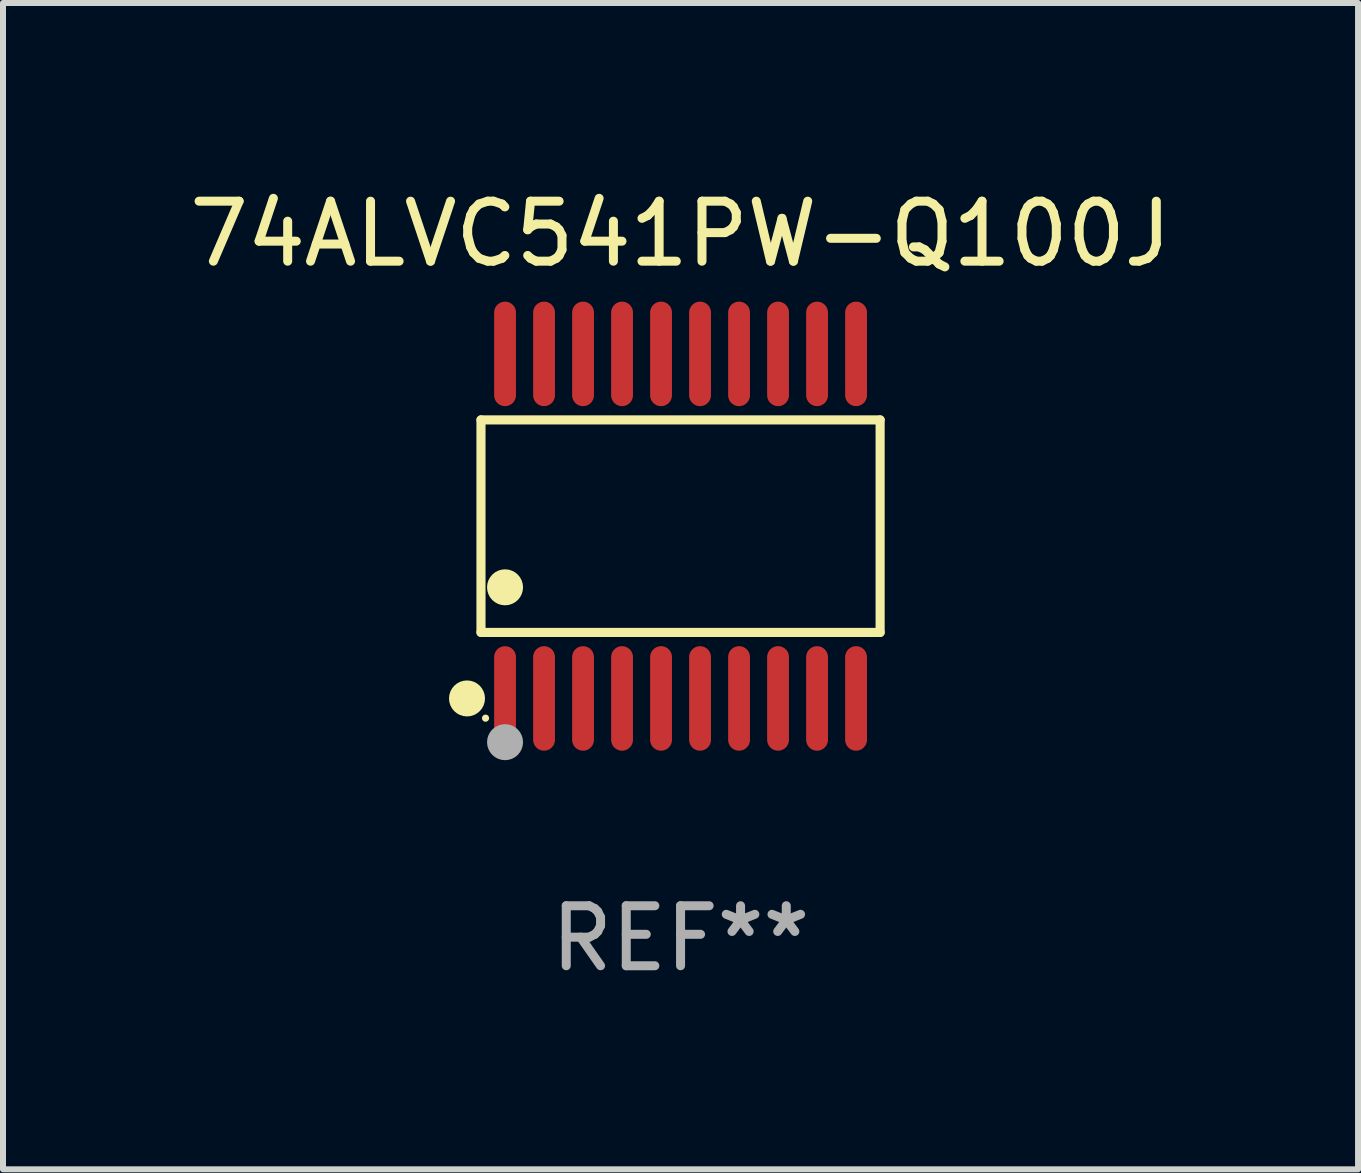
<source format=kicad_pcb>
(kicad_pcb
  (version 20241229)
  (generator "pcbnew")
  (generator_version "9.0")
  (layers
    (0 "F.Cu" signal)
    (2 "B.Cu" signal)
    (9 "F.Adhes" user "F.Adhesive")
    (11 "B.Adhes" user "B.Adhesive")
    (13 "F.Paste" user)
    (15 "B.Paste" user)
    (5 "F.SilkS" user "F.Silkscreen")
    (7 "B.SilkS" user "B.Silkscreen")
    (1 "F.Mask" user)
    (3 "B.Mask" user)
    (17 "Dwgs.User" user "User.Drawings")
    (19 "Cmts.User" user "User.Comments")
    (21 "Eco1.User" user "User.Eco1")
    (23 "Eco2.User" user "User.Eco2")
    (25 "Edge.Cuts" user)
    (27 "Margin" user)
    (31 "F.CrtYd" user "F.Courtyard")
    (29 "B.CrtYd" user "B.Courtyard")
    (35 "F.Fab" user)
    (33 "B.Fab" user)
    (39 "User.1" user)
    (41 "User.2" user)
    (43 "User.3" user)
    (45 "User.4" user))
  (footprint "74ALVC541PW-Q100J"
    (layer "F.Cu")
    (at 8.292 5.719)
    (property "Reference" "74ALVC541PW-Q100J" (at 0 -4.871 0) (layer "F.SilkS") (effects (font (size 1 1) (thickness 0.15))))
    (attr through_hole)
    (fp_line (start -3.326 -1.771) (end 3.326 -1.771) (stroke (width 0.152) (type solid)) (layer "F.SilkS"))
    (fp_line (start -3.326 1.771) (end -3.326 -1.771) (stroke (width 0.152) (type solid)) (layer "F.SilkS"))
    (fp_line (start 3.326 -1.771) (end 3.326 1.771) (stroke (width 0.152) (type solid)) (layer "F.SilkS"))
    (fp_line (start 3.326 1.771) (end -3.326 1.771) (stroke (width 0.152) (type solid)) (layer "F.SilkS"))
    (fp_circle (center -3.559 2.871) (end -3.409 2.871) (stroke (width 0.3) (type solid)) (fill no) (layer "F.SilkS"))
    (fp_circle (center -3.25 3.2) (end -3.22 3.2) (stroke (width 0.06) (type solid)) (fill no) (layer "F.SilkS"))
    (fp_circle (center -2.925 1.019) (end -2.775 1.019) (stroke (width 0.3) (type solid)) (fill no) (layer "F.SilkS"))
    (fp_circle (center -2.925 3.6) (end -2.775 3.6) (stroke (width 0.3) (type solid)) (fill no) (layer "F.Fab"))
    (fp_text user "REF**" (at 0 6.871 0) (layer "F.Fab") (effects (font (size 1 1) (thickness 0.15))))
    (pad "1" smd oval (at -2.925 2.871) (size 0.364 1.742) (layers "F.Cu" "F.Mask" "F.Paste"))
    (pad "2" smd oval (at -2.275 2.871) (size 0.364 1.742) (layers "F.Cu" "F.Mask" "F.Paste"))
    (pad "3" smd oval (at -1.625 2.871) (size 0.364 1.742) (layers "F.Cu" "F.Mask" "F.Paste"))
    (pad "4" smd oval (at -0.975 2.871) (size 0.364 1.742) (layers "F.Cu" "F.Mask" "F.Paste"))
    (pad "5" smd oval (at -0.325 2.871) (size 0.364 1.742) (layers "F.Cu" "F.Mask" "F.Paste"))
    (pad "6" smd oval (at 0.325 2.871) (size 0.364 1.742) (layers "F.Cu" "F.Mask" "F.Paste"))
    (pad "7" smd oval (at 0.975 2.871) (size 0.364 1.742) (layers "F.Cu" "F.Mask" "F.Paste"))
    (pad "8" smd oval (at 1.625 2.871) (size 0.364 1.742) (layers "F.Cu" "F.Mask" "F.Paste"))
    (pad "9" smd oval (at 2.275 2.871) (size 0.364 1.742) (layers "F.Cu" "F.Mask" "F.Paste"))
    (pad "10" smd oval (at 2.925 2.871) (size 0.364 1.742) (layers "F.Cu" "F.Mask" "F.Paste"))
    (pad "11" smd oval (at 2.925 -2.871) (size 0.364 1.742) (layers "F.Cu" "F.Mask" "F.Paste"))
    (pad "12" smd oval (at 2.275 -2.871) (size 0.364 1.742) (layers "F.Cu" "F.Mask" "F.Paste"))
    (pad "13" smd oval (at 1.625 -2.871) (size 0.364 1.742) (layers "F.Cu" "F.Mask" "F.Paste"))
    (pad "14" smd oval (at 0.975 -2.871) (size 0.364 1.742) (layers "F.Cu" "F.Mask" "F.Paste"))
    (pad "15" smd oval (at 0.325 -2.871) (size 0.364 1.742) (layers "F.Cu" "F.Mask" "F.Paste"))
    (pad "16" smd oval (at -0.325 -2.871) (size 0.364 1.742) (layers "F.Cu" "F.Mask" "F.Paste"))
    (pad "17" smd oval (at -0.975 -2.871) (size 0.364 1.742) (layers "F.Cu" "F.Mask" "F.Paste"))
    (pad "18" smd oval (at -1.625 -2.871) (size 0.364 1.742) (layers "F.Cu" "F.Mask" "F.Paste"))
    (pad "19" smd oval (at -2.275 -2.871) (size 0.364 1.742) (layers "F.Cu" "F.Mask" "F.Paste"))
    (pad "20" smd oval (at -2.925 -2.871) (size 0.364 1.742) (layers "F.Cu" "F.Mask" "F.Paste")))
  (gr_rect
    (start -3 -3)
    (end 19.583 16.438)
    (stroke (width 0.1) (type default))
    (fill no)
    (layer "Edge.Cuts")))
</source>
